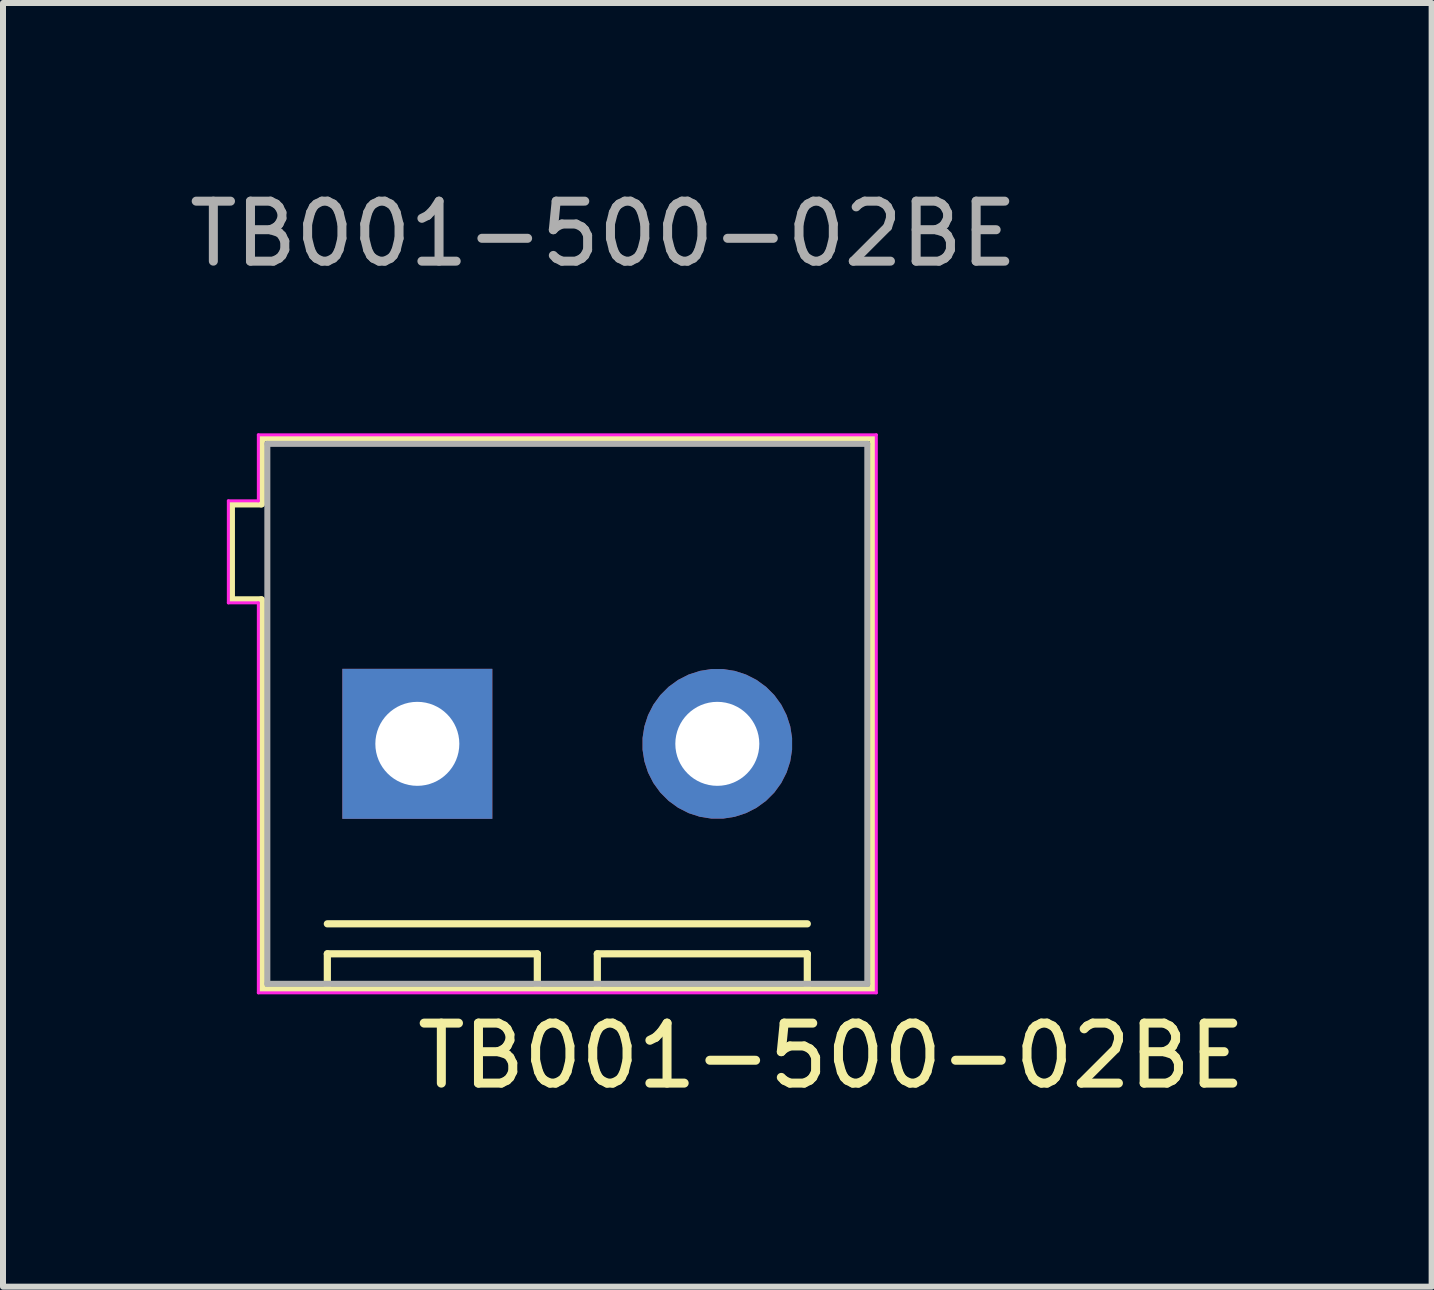
<source format=kicad_pcb>
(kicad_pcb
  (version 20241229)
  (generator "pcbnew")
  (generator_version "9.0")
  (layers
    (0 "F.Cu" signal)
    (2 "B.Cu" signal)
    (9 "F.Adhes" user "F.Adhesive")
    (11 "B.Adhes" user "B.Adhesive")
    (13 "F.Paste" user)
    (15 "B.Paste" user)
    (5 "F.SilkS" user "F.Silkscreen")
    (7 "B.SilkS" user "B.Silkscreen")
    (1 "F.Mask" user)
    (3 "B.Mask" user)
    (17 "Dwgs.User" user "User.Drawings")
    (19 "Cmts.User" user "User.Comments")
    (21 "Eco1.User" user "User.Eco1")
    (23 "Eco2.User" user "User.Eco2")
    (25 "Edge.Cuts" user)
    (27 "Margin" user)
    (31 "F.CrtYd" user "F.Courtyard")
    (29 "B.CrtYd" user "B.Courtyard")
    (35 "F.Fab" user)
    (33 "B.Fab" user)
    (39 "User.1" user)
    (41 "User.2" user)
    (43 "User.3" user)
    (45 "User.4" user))
  (footprint "TB001-500-02BE"
    (layer "F.Cu")
    (at 6.406 9.348)
    (property "Reference" "TB001-500-02BE" (at 4.4 5.2 0) (unlocked yes) (layer "F.SilkS") (effects (font (size 1 1) (thickness 0.15))))
    (attr smd)
    (fp_line (start -5.6 -4) (end -5.6 -2.4) (stroke (width 0.12) (type solid)) (layer "F.SilkS"))
    (fp_line (start -5.6 -4) (end -5.1 -4) (stroke (width 0.12) (type solid)) (layer "F.SilkS"))
    (fp_line (start -5.6 -2.4) (end -5.1 -2.4) (stroke (width 0.12) (type solid)) (layer "F.SilkS"))
    (fp_line (start -5.1 -5.1) (end -5.1 -4) (stroke (width 0.12) (type solid)) (layer "F.SilkS"))
    (fp_line (start -5.1 -5.1) (end 5.1 -5.1) (stroke (width 0.12) (type solid)) (layer "F.SilkS"))
    (fp_line (start -5.1 4.1) (end -5.1 -2.4) (stroke (width 0.12) (type solid)) (layer "F.SilkS"))
    (fp_line (start -4 3.5) (end -4 4.1) (stroke (width 0.12) (type solid)) (layer "F.SilkS"))
    (fp_line (start -0.5 3.5) (end -4 3.5) (stroke (width 0.12) (type solid)) (layer "F.SilkS"))
    (fp_line (start -0.5 3.5) (end -0.5 4.1) (stroke (width 0.12) (type solid)) (layer "F.SilkS"))
    (fp_line (start 0.5 3.5) (end 4 3.5) (stroke (width 0.12) (type solid)) (layer "F.SilkS"))
    (fp_line (start 0.5 4.1) (end 0.5 3.5) (stroke (width 0.12) (type solid)) (layer "F.SilkS"))
    (fp_line (start 4 3) (end -4 3) (stroke (width 0.12) (type solid)) (layer "F.SilkS"))
    (fp_line (start 4 3.5) (end 4 4.1) (stroke (width 0.12) (type solid)) (layer "F.SilkS"))
    (fp_line (start 5.1 -5.1) (end 5.1 4.1) (stroke (width 0.12) (type solid)) (layer "F.SilkS"))
    (fp_line (start 5.1 4.1) (end -5.1 4.1) (stroke (width 0.12) (type solid)) (layer "F.SilkS"))
    (fp_line (start -5.65 -4.05) (end -5.15 -4.05) (stroke (width 0.05) (type solid)) (layer "F.CrtYd"))
    (fp_line (start -5.65 -2.35) (end -5.65 -4.05) (stroke (width 0.05) (type solid)) (layer "F.CrtYd"))
    (fp_line (start -5.15 -5.15) (end 5.15 -5.15) (stroke (width 0.05) (type solid)) (layer "F.CrtYd"))
    (fp_line (start -5.15 -4.05) (end -5.15 -5.15) (stroke (width 0.05) (type solid)) (layer "F.CrtYd"))
    (fp_line (start -5.15 -2.35) (end -5.65 -2.35) (stroke (width 0.05) (type solid)) (layer "F.CrtYd"))
    (fp_line (start -5.15 4.15) (end -5.15 -2.35) (stroke (width 0.05) (type solid)) (layer "F.CrtYd"))
    (fp_line (start 5.15 -5.15) (end 5.15 4.15) (stroke (width 0.05) (type solid)) (layer "F.CrtYd"))
    (fp_line (start 5.15 4.15) (end -5.15 4.15) (stroke (width 0.05) (type solid)) (layer "F.CrtYd"))
    (fp_line (start -5 -5) (end 5 -5) (stroke (width 0.1) (type solid)) (layer "F.Fab"))
    (fp_line (start -5 4) (end -5 -5) (stroke (width 0.1) (type solid)) (layer "F.Fab"))
    (fp_line (start 5 -5) (end 5 4) (stroke (width 0.1) (type solid)) (layer "F.Fab"))
    (fp_line (start 5 4) (end -5 4) (stroke (width 0.1) (type solid)) (layer "F.Fab"))
    (fp_text user "${REFERENCE}" (at 0.6 -8.5 0) (unlocked yes) (layer "F.Fab") (effects (font (size 1 1) (thickness 0.15))))
    (pad "1" thru_hole trapezoid (at -2.5 0) (size 2.5 2.5) (drill 1.4) (layers "*.Cu" "*.Mask"))
    (pad "2" thru_hole custom (at 2.5 0) (size 2.5 2.5) (drill 1.4) (layers "*.Cu" "*.Mask") (options (anchor circle)) (primitives)))
  (gr_rect
    (start -3 -3)
    (end 20.812 18.396)
    (stroke (width 0.1) (type default))
    (fill no)
    (layer "Edge.Cuts")))
</source>
